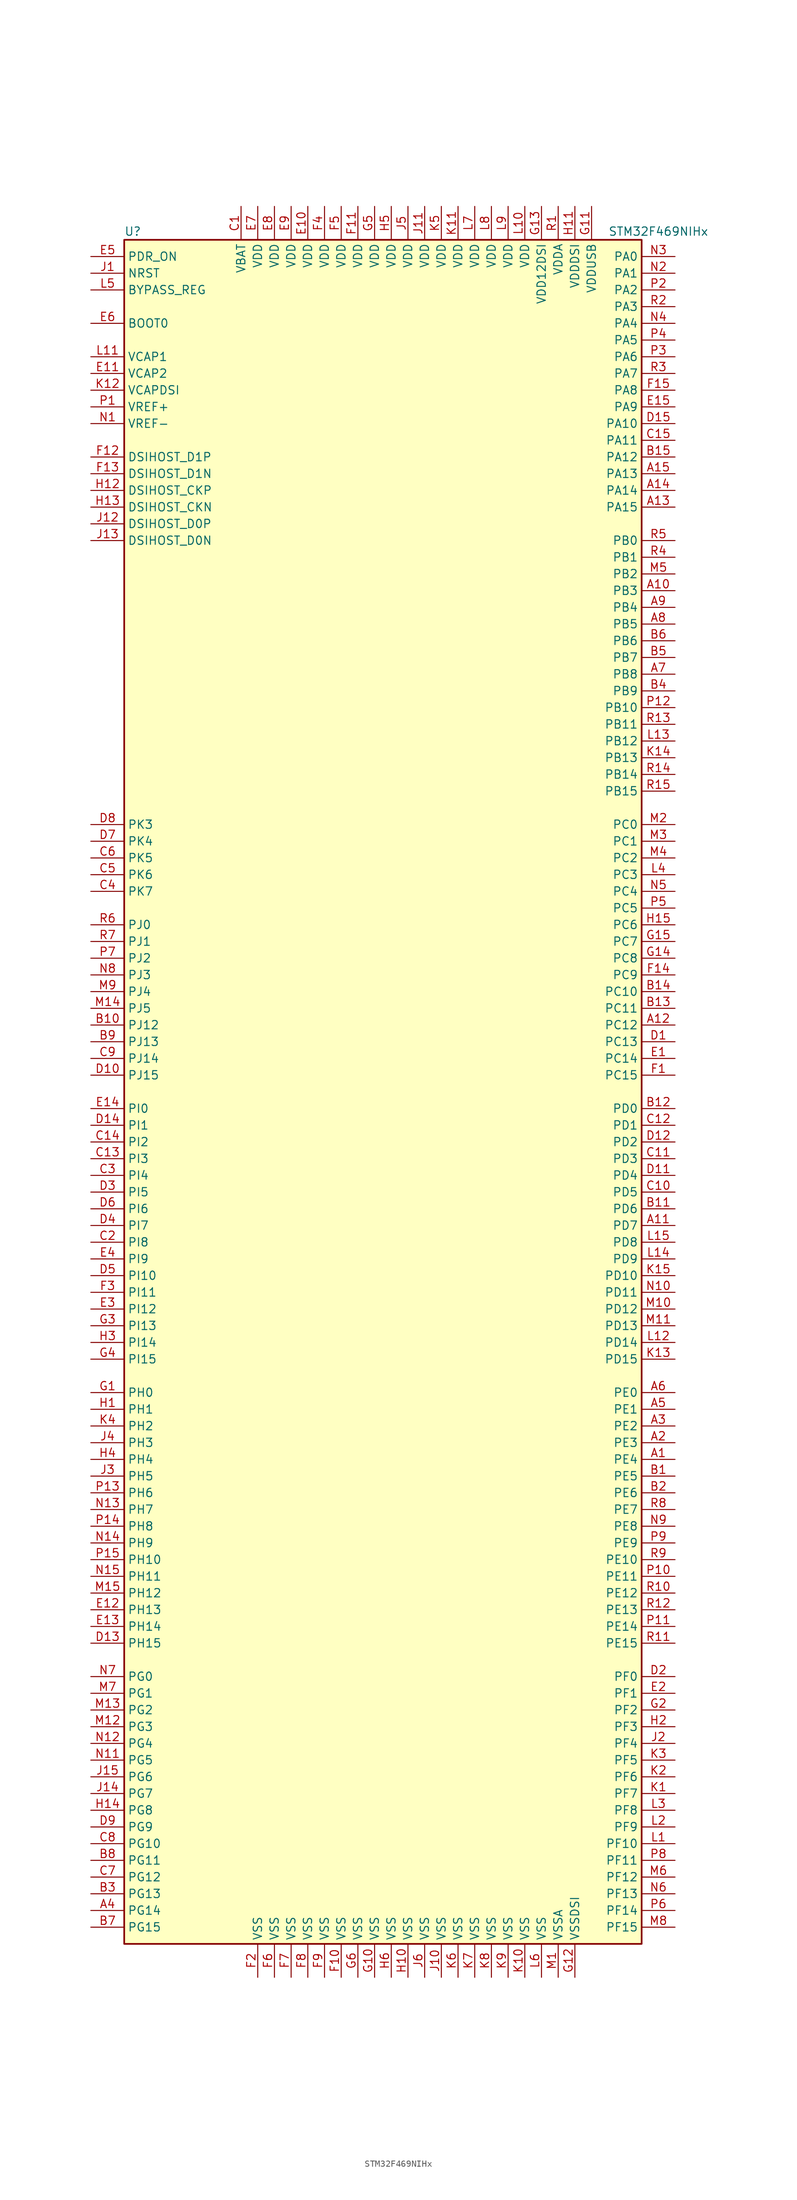
<source format=kicad_sym>
(kicad_symbol_lib
  (version 20201005)
  (generator kicad_symbol_editor)
  (symbol "MCU_ST_STM32F4:STM32F469NIHx"
    (property "Reference" "U"
      (at -40.64 130.81 0)
      (effects (font (size 1.27 1.27)) (justify left)))
    (property "Value" "STM32F469NIHx"
      (at 33.02 130.81 0)
      (effects (font (size 1.27 1.27)) (justify left)))
    (symbol "STM32F469NIHx_0_1"
      (rectangle (start -40.64 -129.54) (end 38.1 129.54) (stroke (width 0.254)) (fill (type background))))
    (symbol "STM32F469NIHx_1_1"
      (pin input line (at -45.72 116.84 0) (length 5.08) (name "BOOT0" (effects (font (size 1.27 1.27)))) (number "E6" (effects (font (size 1.27 1.27)))))
      (pin input line (at -45.72 121.92 0) (length 5.08) (name "BYPASS_REG" (effects (font (size 1.27 1.27)))) (number "L5" (effects (font (size 1.27 1.27)))))
      (pin bidirectional line (at -45.72 88.9 0) (length 5.08) (name "DSIHOST_CKN" (effects (font (size 1.27 1.27)))) (number "H13" (effects (font (size 1.27 1.27)))))
      (pin bidirectional line (at -45.72 91.44 0) (length 5.08) (name "DSIHOST_CKP" (effects (font (size 1.27 1.27)))) (number "H12" (effects (font (size 1.27 1.27)))))
      (pin bidirectional line (at -45.72 83.82 0) (length 5.08) (name "DSIHOST_D0N" (effects (font (size 1.27 1.27)))) (number "J13" (effects (font (size 1.27 1.27)))))
      (pin bidirectional line (at -45.72 86.36 0) (length 5.08) (name "DSIHOST_D0P" (effects (font (size 1.27 1.27)))) (number "J12" (effects (font (size 1.27 1.27)))))
      (pin bidirectional line (at -45.72 93.98 0) (length 5.08) (name "DSIHOST_D1N" (effects (font (size 1.27 1.27)))) (number "F13" (effects (font (size 1.27 1.27)))))
      (pin bidirectional line (at -45.72 96.52 0) (length 5.08) (name "DSIHOST_D1P" (effects (font (size 1.27 1.27)))) (number "F12" (effects (font (size 1.27 1.27)))))
      (pin input line (at -45.72 124.46 0) (length 5.08) (name "NRST" (effects (font (size 1.27 1.27)))) (number "J1" (effects (font (size 1.27 1.27)))))
      (pin bidirectional line (at 43.18 127 180) (length 5.08) (name "PA0" (effects (font (size 1.27 1.27)))) (number "N3" (effects (font (size 1.27 1.27)))))
      (pin bidirectional line (at 43.18 124.46 180) (length 5.08) (name "PA1" (effects (font (size 1.27 1.27)))) (number "N2" (effects (font (size 1.27 1.27)))))
      (pin bidirectional line (at 43.18 101.6 180) (length 5.08) (name "PA10" (effects (font (size 1.27 1.27)))) (number "D15" (effects (font (size 1.27 1.27)))))
      (pin bidirectional line (at 43.18 99.06 180) (length 5.08) (name "PA11" (effects (font (size 1.27 1.27)))) (number "C15" (effects (font (size 1.27 1.27)))))
      (pin bidirectional line (at 43.18 96.52 180) (length 5.08) (name "PA12" (effects (font (size 1.27 1.27)))) (number "B15" (effects (font (size 1.27 1.27)))))
      (pin bidirectional line (at 43.18 93.98 180) (length 5.08) (name "PA13" (effects (font (size 1.27 1.27)))) (number "A15" (effects (font (size 1.27 1.27)))))
      (pin bidirectional line (at 43.18 91.44 180) (length 5.08) (name "PA14" (effects (font (size 1.27 1.27)))) (number "A14" (effects (font (size 1.27 1.27)))))
      (pin bidirectional line (at 43.18 88.9 180) (length 5.08) (name "PA15" (effects (font (size 1.27 1.27)))) (number "A13" (effects (font (size 1.27 1.27)))))
      (pin bidirectional line (at 43.18 121.92 180) (length 5.08) (name "PA2" (effects (font (size 1.27 1.27)))) (number "P2" (effects (font (size 1.27 1.27)))))
      (pin bidirectional line (at 43.18 119.38 180) (length 5.08) (name "PA3" (effects (font (size 1.27 1.27)))) (number "R2" (effects (font (size 1.27 1.27)))))
      (pin bidirectional line (at 43.18 116.84 180) (length 5.08) (name "PA4" (effects (font (size 1.27 1.27)))) (number "N4" (effects (font (size 1.27 1.27)))))
      (pin bidirectional line (at 43.18 114.3 180) (length 5.08) (name "PA5" (effects (font (size 1.27 1.27)))) (number "P4" (effects (font (size 1.27 1.27)))))
      (pin bidirectional line (at 43.18 111.76 180) (length 5.08) (name "PA6" (effects (font (size 1.27 1.27)))) (number "P3" (effects (font (size 1.27 1.27)))))
      (pin bidirectional line (at 43.18 109.22 180) (length 5.08) (name "PA7" (effects (font (size 1.27 1.27)))) (number "R3" (effects (font (size 1.27 1.27)))))
      (pin bidirectional line (at 43.18 106.68 180) (length 5.08) (name "PA8" (effects (font (size 1.27 1.27)))) (number "F15" (effects (font (size 1.27 1.27)))))
      (pin bidirectional line (at 43.18 104.14 180) (length 5.08) (name "PA9" (effects (font (size 1.27 1.27)))) (number "E15" (effects (font (size 1.27 1.27)))))
      (pin bidirectional line (at 43.18 83.82 180) (length 5.08) (name "PB0" (effects (font (size 1.27 1.27)))) (number "R5" (effects (font (size 1.27 1.27)))))
      (pin bidirectional line (at 43.18 81.28 180) (length 5.08) (name "PB1" (effects (font (size 1.27 1.27)))) (number "R4" (effects (font (size 1.27 1.27)))))
      (pin bidirectional line (at 43.18 58.42 180) (length 5.08) (name "PB10" (effects (font (size 1.27 1.27)))) (number "P12" (effects (font (size 1.27 1.27)))))
      (pin bidirectional line (at 43.18 55.88 180) (length 5.08) (name "PB11" (effects (font (size 1.27 1.27)))) (number "R13" (effects (font (size 1.27 1.27)))))
      (pin bidirectional line (at 43.18 53.34 180) (length 5.08) (name "PB12" (effects (font (size 1.27 1.27)))) (number "L13" (effects (font (size 1.27 1.27)))))
      (pin bidirectional line (at 43.18 50.8 180) (length 5.08) (name "PB13" (effects (font (size 1.27 1.27)))) (number "K14" (effects (font (size 1.27 1.27)))))
      (pin bidirectional line (at 43.18 48.26 180) (length 5.08) (name "PB14" (effects (font (size 1.27 1.27)))) (number "R14" (effects (font (size 1.27 1.27)))))
      (pin bidirectional line (at 43.18 45.72 180) (length 5.08) (name "PB15" (effects (font (size 1.27 1.27)))) (number "R15" (effects (font (size 1.27 1.27)))))
      (pin bidirectional line (at 43.18 78.74 180) (length 5.08) (name "PB2" (effects (font (size 1.27 1.27)))) (number "M5" (effects (font (size 1.27 1.27)))))
      (pin bidirectional line (at 43.18 76.2 180) (length 5.08) (name "PB3" (effects (font (size 1.27 1.27)))) (number "A10" (effects (font (size 1.27 1.27)))))
      (pin bidirectional line (at 43.18 73.66 180) (length 5.08) (name "PB4" (effects (font (size 1.27 1.27)))) (number "A9" (effects (font (size 1.27 1.27)))))
      (pin bidirectional line (at 43.18 71.12 180) (length 5.08) (name "PB5" (effects (font (size 1.27 1.27)))) (number "A8" (effects (font (size 1.27 1.27)))))
      (pin bidirectional line (at 43.18 68.58 180) (length 5.08) (name "PB6" (effects (font (size 1.27 1.27)))) (number "B6" (effects (font (size 1.27 1.27)))))
      (pin bidirectional line (at 43.18 66.04 180) (length 5.08) (name "PB7" (effects (font (size 1.27 1.27)))) (number "B5" (effects (font (size 1.27 1.27)))))
      (pin bidirectional line (at 43.18 63.5 180) (length 5.08) (name "PB8" (effects (font (size 1.27 1.27)))) (number "A7" (effects (font (size 1.27 1.27)))))
      (pin bidirectional line (at 43.18 60.96 180) (length 5.08) (name "PB9" (effects (font (size 1.27 1.27)))) (number "B4" (effects (font (size 1.27 1.27)))))
      (pin bidirectional line (at 43.18 40.64 180) (length 5.08) (name "PC0" (effects (font (size 1.27 1.27)))) (number "M2" (effects (font (size 1.27 1.27)))))
      (pin bidirectional line (at 43.18 38.1 180) (length 5.08) (name "PC1" (effects (font (size 1.27 1.27)))) (number "M3" (effects (font (size 1.27 1.27)))))
      (pin bidirectional line (at 43.18 15.24 180) (length 5.08) (name "PC10" (effects (font (size 1.27 1.27)))) (number "B14" (effects (font (size 1.27 1.27)))))
      (pin bidirectional line (at 43.18 12.7 180) (length 5.08) (name "PC11" (effects (font (size 1.27 1.27)))) (number "B13" (effects (font (size 1.27 1.27)))))
      (pin bidirectional line (at 43.18 10.16 180) (length 5.08) (name "PC12" (effects (font (size 1.27 1.27)))) (number "A12" (effects (font (size 1.27 1.27)))))
      (pin bidirectional line (at 43.18 7.62 180) (length 5.08) (name "PC13" (effects (font (size 1.27 1.27)))) (number "D1" (effects (font (size 1.27 1.27)))))
      (pin bidirectional line (at 43.18 5.08 180) (length 5.08) (name "PC14" (effects (font (size 1.27 1.27)))) (number "E1" (effects (font (size 1.27 1.27)))))
      (pin bidirectional line (at 43.18 2.54 180) (length 5.08) (name "PC15" (effects (font (size 1.27 1.27)))) (number "F1" (effects (font (size 1.27 1.27)))))
      (pin bidirectional line (at 43.18 35.56 180) (length 5.08) (name "PC2" (effects (font (size 1.27 1.27)))) (number "M4" (effects (font (size 1.27 1.27)))))
      (pin bidirectional line (at 43.18 33.02 180) (length 5.08) (name "PC3" (effects (font (size 1.27 1.27)))) (number "L4" (effects (font (size 1.27 1.27)))))
      (pin bidirectional line (at 43.18 30.48 180) (length 5.08) (name "PC4" (effects (font (size 1.27 1.27)))) (number "N5" (effects (font (size 1.27 1.27)))))
      (pin bidirectional line (at 43.18 27.94 180) (length 5.08) (name "PC5" (effects (font (size 1.27 1.27)))) (number "P5" (effects (font (size 1.27 1.27)))))
      (pin bidirectional line (at 43.18 25.4 180) (length 5.08) (name "PC6" (effects (font (size 1.27 1.27)))) (number "H15" (effects (font (size 1.27 1.27)))))
      (pin bidirectional line (at 43.18 22.86 180) (length 5.08) (name "PC7" (effects (font (size 1.27 1.27)))) (number "G15" (effects (font (size 1.27 1.27)))))
      (pin bidirectional line (at 43.18 20.32 180) (length 5.08) (name "PC8" (effects (font (size 1.27 1.27)))) (number "G14" (effects (font (size 1.27 1.27)))))
      (pin bidirectional line (at 43.18 17.78 180) (length 5.08) (name "PC9" (effects (font (size 1.27 1.27)))) (number "F14" (effects (font (size 1.27 1.27)))))
      (pin bidirectional line (at 43.18 -2.54 180) (length 5.08) (name "PD0" (effects (font (size 1.27 1.27)))) (number "B12" (effects (font (size 1.27 1.27)))))
      (pin bidirectional line (at 43.18 -5.08 180) (length 5.08) (name "PD1" (effects (font (size 1.27 1.27)))) (number "C12" (effects (font (size 1.27 1.27)))))
      (pin bidirectional line (at 43.18 -27.94 180) (length 5.08) (name "PD10" (effects (font (size 1.27 1.27)))) (number "K15" (effects (font (size 1.27 1.27)))))
      (pin bidirectional line (at 43.18 -30.48 180) (length 5.08) (name "PD11" (effects (font (size 1.27 1.27)))) (number "N10" (effects (font (size 1.27 1.27)))))
      (pin bidirectional line (at 43.18 -33.02 180) (length 5.08) (name "PD12" (effects (font (size 1.27 1.27)))) (number "M10" (effects (font (size 1.27 1.27)))))
      (pin bidirectional line (at 43.18 -35.56 180) (length 5.08) (name "PD13" (effects (font (size 1.27 1.27)))) (number "M11" (effects (font (size 1.27 1.27)))))
      (pin bidirectional line (at 43.18 -38.1 180) (length 5.08) (name "PD14" (effects (font (size 1.27 1.27)))) (number "L12" (effects (font (size 1.27 1.27)))))
      (pin bidirectional line (at 43.18 -40.64 180) (length 5.08) (name "PD15" (effects (font (size 1.27 1.27)))) (number "K13" (effects (font (size 1.27 1.27)))))
      (pin bidirectional line (at 43.18 -7.62 180) (length 5.08) (name "PD2" (effects (font (size 1.27 1.27)))) (number "D12" (effects (font (size 1.27 1.27)))))
      (pin bidirectional line (at 43.18 -10.16 180) (length 5.08) (name "PD3" (effects (font (size 1.27 1.27)))) (number "C11" (effects (font (size 1.27 1.27)))))
      (pin bidirectional line (at 43.18 -12.7 180) (length 5.08) (name "PD4" (effects (font (size 1.27 1.27)))) (number "D11" (effects (font (size 1.27 1.27)))))
      (pin bidirectional line (at 43.18 -15.24 180) (length 5.08) (name "PD5" (effects (font (size 1.27 1.27)))) (number "C10" (effects (font (size 1.27 1.27)))))
      (pin bidirectional line (at 43.18 -17.78 180) (length 5.08) (name "PD6" (effects (font (size 1.27 1.27)))) (number "B11" (effects (font (size 1.27 1.27)))))
      (pin bidirectional line (at 43.18 -20.32 180) (length 5.08) (name "PD7" (effects (font (size 1.27 1.27)))) (number "A11" (effects (font (size 1.27 1.27)))))
      (pin bidirectional line (at 43.18 -22.86 180) (length 5.08) (name "PD8" (effects (font (size 1.27 1.27)))) (number "L15" (effects (font (size 1.27 1.27)))))
      (pin bidirectional line (at 43.18 -25.4 180) (length 5.08) (name "PD9" (effects (font (size 1.27 1.27)))) (number "L14" (effects (font (size 1.27 1.27)))))
      (pin input line (at -45.72 127 0) (length 5.08) (name "PDR_ON" (effects (font (size 1.27 1.27)))) (number "E5" (effects (font (size 1.27 1.27)))))
      (pin bidirectional line (at 43.18 -45.72 180) (length 5.08) (name "PE0" (effects (font (size 1.27 1.27)))) (number "A6" (effects (font (size 1.27 1.27)))))
      (pin bidirectional line (at 43.18 -48.26 180) (length 5.08) (name "PE1" (effects (font (size 1.27 1.27)))) (number "A5" (effects (font (size 1.27 1.27)))))
      (pin bidirectional line (at 43.18 -71.12 180) (length 5.08) (name "PE10" (effects (font (size 1.27 1.27)))) (number "R9" (effects (font (size 1.27 1.27)))))
      (pin bidirectional line (at 43.18 -73.66 180) (length 5.08) (name "PE11" (effects (font (size 1.27 1.27)))) (number "P10" (effects (font (size 1.27 1.27)))))
      (pin bidirectional line (at 43.18 -76.2 180) (length 5.08) (name "PE12" (effects (font (size 1.27 1.27)))) (number "R10" (effects (font (size 1.27 1.27)))))
      (pin bidirectional line (at 43.18 -78.74 180) (length 5.08) (name "PE13" (effects (font (size 1.27 1.27)))) (number "R12" (effects (font (size 1.27 1.27)))))
      (pin bidirectional line (at 43.18 -81.28 180) (length 5.08) (name "PE14" (effects (font (size 1.27 1.27)))) (number "P11" (effects (font (size 1.27 1.27)))))
      (pin bidirectional line (at 43.18 -83.82 180) (length 5.08) (name "PE15" (effects (font (size 1.27 1.27)))) (number "R11" (effects (font (size 1.27 1.27)))))
      (pin bidirectional line (at 43.18 -50.8 180) (length 5.08) (name "PE2" (effects (font (size 1.27 1.27)))) (number "A3" (effects (font (size 1.27 1.27)))))
      (pin bidirectional line (at 43.18 -53.34 180) (length 5.08) (name "PE3" (effects (font (size 1.27 1.27)))) (number "A2" (effects (font (size 1.27 1.27)))))
      (pin bidirectional line (at 43.18 -55.88 180) (length 5.08) (name "PE4" (effects (font (size 1.27 1.27)))) (number "A1" (effects (font (size 1.27 1.27)))))
      (pin bidirectional line (at 43.18 -58.42 180) (length 5.08) (name "PE5" (effects (font (size 1.27 1.27)))) (number "B1" (effects (font (size 1.27 1.27)))))
      (pin bidirectional line (at 43.18 -60.96 180) (length 5.08) (name "PE6" (effects (font (size 1.27 1.27)))) (number "B2" (effects (font (size 1.27 1.27)))))
      (pin bidirectional line (at 43.18 -63.5 180) (length 5.08) (name "PE7" (effects (font (size 1.27 1.27)))) (number "R8" (effects (font (size 1.27 1.27)))))
      (pin bidirectional line (at 43.18 -66.04 180) (length 5.08) (name "PE8" (effects (font (size 1.27 1.27)))) (number "N9" (effects (font (size 1.27 1.27)))))
      (pin bidirectional line (at 43.18 -68.58 180) (length 5.08) (name "PE9" (effects (font (size 1.27 1.27)))) (number "P9" (effects (font (size 1.27 1.27)))))
      (pin bidirectional line (at 43.18 -88.9 180) (length 5.08) (name "PF0" (effects (font (size 1.27 1.27)))) (number "D2" (effects (font (size 1.27 1.27)))))
      (pin bidirectional line (at 43.18 -91.44 180) (length 5.08) (name "PF1" (effects (font (size 1.27 1.27)))) (number "E2" (effects (font (size 1.27 1.27)))))
      (pin bidirectional line (at 43.18 -114.3 180) (length 5.08) (name "PF10" (effects (font (size 1.27 1.27)))) (number "L1" (effects (font (size 1.27 1.27)))))
      (pin bidirectional line (at 43.18 -116.84 180) (length 5.08) (name "PF11" (effects (font (size 1.27 1.27)))) (number "P8" (effects (font (size 1.27 1.27)))))
      (pin bidirectional line (at 43.18 -119.38 180) (length 5.08) (name "PF12" (effects (font (size 1.27 1.27)))) (number "M6" (effects (font (size 1.27 1.27)))))
      (pin bidirectional line (at 43.18 -121.92 180) (length 5.08) (name "PF13" (effects (font (size 1.27 1.27)))) (number "N6" (effects (font (size 1.27 1.27)))))
      (pin bidirectional line (at 43.18 -124.46 180) (length 5.08) (name "PF14" (effects (font (size 1.27 1.27)))) (number "P6" (effects (font (size 1.27 1.27)))))
      (pin bidirectional line (at 43.18 -127 180) (length 5.08) (name "PF15" (effects (font (size 1.27 1.27)))) (number "M8" (effects (font (size 1.27 1.27)))))
      (pin bidirectional line (at 43.18 -93.98 180) (length 5.08) (name "PF2" (effects (font (size 1.27 1.27)))) (number "G2" (effects (font (size 1.27 1.27)))))
      (pin bidirectional line (at 43.18 -96.52 180) (length 5.08) (name "PF3" (effects (font (size 1.27 1.27)))) (number "H2" (effects (font (size 1.27 1.27)))))
      (pin bidirectional line (at 43.18 -99.06 180) (length 5.08) (name "PF4" (effects (font (size 1.27 1.27)))) (number "J2" (effects (font (size 1.27 1.27)))))
      (pin bidirectional line (at 43.18 -101.6 180) (length 5.08) (name "PF5" (effects (font (size 1.27 1.27)))) (number "K3" (effects (font (size 1.27 1.27)))))
      (pin bidirectional line (at 43.18 -104.14 180) (length 5.08) (name "PF6" (effects (font (size 1.27 1.27)))) (number "K2" (effects (font (size 1.27 1.27)))))
      (pin bidirectional line (at 43.18 -106.68 180) (length 5.08) (name "PF7" (effects (font (size 1.27 1.27)))) (number "K1" (effects (font (size 1.27 1.27)))))
      (pin bidirectional line (at 43.18 -109.22 180) (length 5.08) (name "PF8" (effects (font (size 1.27 1.27)))) (number "L3" (effects (font (size 1.27 1.27)))))
      (pin bidirectional line (at 43.18 -111.76 180) (length 5.08) (name "PF9" (effects (font (size 1.27 1.27)))) (number "L2" (effects (font (size 1.27 1.27)))))
      (pin bidirectional line (at -45.72 -88.9 0) (length 5.08) (name "PG0" (effects (font (size 1.27 1.27)))) (number "N7" (effects (font (size 1.27 1.27)))))
      (pin bidirectional line (at -45.72 -91.44 0) (length 5.08) (name "PG1" (effects (font (size 1.27 1.27)))) (number "M7" (effects (font (size 1.27 1.27)))))
      (pin bidirectional line (at -45.72 -114.3 0) (length 5.08) (name "PG10" (effects (font (size 1.27 1.27)))) (number "C8" (effects (font (size 1.27 1.27)))))
      (pin bidirectional line (at -45.72 -116.84 0) (length 5.08) (name "PG11" (effects (font (size 1.27 1.27)))) (number "B8" (effects (font (size 1.27 1.27)))))
      (pin bidirectional line (at -45.72 -119.38 0) (length 5.08) (name "PG12" (effects (font (size 1.27 1.27)))) (number "C7" (effects (font (size 1.27 1.27)))))
      (pin bidirectional line (at -45.72 -121.92 0) (length 5.08) (name "PG13" (effects (font (size 1.27 1.27)))) (number "B3" (effects (font (size 1.27 1.27)))))
      (pin bidirectional line (at -45.72 -124.46 0) (length 5.08) (name "PG14" (effects (font (size 1.27 1.27)))) (number "A4" (effects (font (size 1.27 1.27)))))
      (pin bidirectional line (at -45.72 -127 0) (length 5.08) (name "PG15" (effects (font (size 1.27 1.27)))) (number "B7" (effects (font (size 1.27 1.27)))))
      (pin bidirectional line (at -45.72 -93.98 0) (length 5.08) (name "PG2" (effects (font (size 1.27 1.27)))) (number "M13" (effects (font (size 1.27 1.27)))))
      (pin bidirectional line (at -45.72 -96.52 0) (length 5.08) (name "PG3" (effects (font (size 1.27 1.27)))) (number "M12" (effects (font (size 1.27 1.27)))))
      (pin bidirectional line (at -45.72 -99.06 0) (length 5.08) (name "PG4" (effects (font (size 1.27 1.27)))) (number "N12" (effects (font (size 1.27 1.27)))))
      (pin bidirectional line (at -45.72 -101.6 0) (length 5.08) (name "PG5" (effects (font (size 1.27 1.27)))) (number "N11" (effects (font (size 1.27 1.27)))))
      (pin bidirectional line (at -45.72 -104.14 0) (length 5.08) (name "PG6" (effects (font (size 1.27 1.27)))) (number "J15" (effects (font (size 1.27 1.27)))))
      (pin bidirectional line (at -45.72 -106.68 0) (length 5.08) (name "PG7" (effects (font (size 1.27 1.27)))) (number "J14" (effects (font (size 1.27 1.27)))))
      (pin bidirectional line (at -45.72 -109.22 0) (length 5.08) (name "PG8" (effects (font (size 1.27 1.27)))) (number "H14" (effects (font (size 1.27 1.27)))))
      (pin bidirectional line (at -45.72 -111.76 0) (length 5.08) (name "PG9" (effects (font (size 1.27 1.27)))) (number "D9" (effects (font (size 1.27 1.27)))))
      (pin input line (at -45.72 -45.72 0) (length 5.08) (name "PH0" (effects (font (size 1.27 1.27)))) (number "G1" (effects (font (size 1.27 1.27)))))
      (pin input line (at -45.72 -48.26 0) (length 5.08) (name "PH1" (effects (font (size 1.27 1.27)))) (number "H1" (effects (font (size 1.27 1.27)))))
      (pin bidirectional line (at -45.72 -71.12 0) (length 5.08) (name "PH10" (effects (font (size 1.27 1.27)))) (number "P15" (effects (font (size 1.27 1.27)))))
      (pin bidirectional line (at -45.72 -73.66 0) (length 5.08) (name "PH11" (effects (font (size 1.27 1.27)))) (number "N15" (effects (font (size 1.27 1.27)))))
      (pin bidirectional line (at -45.72 -76.2 0) (length 5.08) (name "PH12" (effects (font (size 1.27 1.27)))) (number "M15" (effects (font (size 1.27 1.27)))))
      (pin bidirectional line (at -45.72 -78.74 0) (length 5.08) (name "PH13" (effects (font (size 1.27 1.27)))) (number "E12" (effects (font (size 1.27 1.27)))))
      (pin bidirectional line (at -45.72 -81.28 0) (length 5.08) (name "PH14" (effects (font (size 1.27 1.27)))) (number "E13" (effects (font (size 1.27 1.27)))))
      (pin bidirectional line (at -45.72 -83.82 0) (length 5.08) (name "PH15" (effects (font (size 1.27 1.27)))) (number "D13" (effects (font (size 1.27 1.27)))))
      (pin bidirectional line (at -45.72 -50.8 0) (length 5.08) (name "PH2" (effects (font (size 1.27 1.27)))) (number "K4" (effects (font (size 1.27 1.27)))))
      (pin bidirectional line (at -45.72 -53.34 0) (length 5.08) (name "PH3" (effects (font (size 1.27 1.27)))) (number "J4" (effects (font (size 1.27 1.27)))))
      (pin bidirectional line (at -45.72 -55.88 0) (length 5.08) (name "PH4" (effects (font (size 1.27 1.27)))) (number "H4" (effects (font (size 1.27 1.27)))))
      (pin bidirectional line (at -45.72 -58.42 0) (length 5.08) (name "PH5" (effects (font (size 1.27 1.27)))) (number "J3" (effects (font (size 1.27 1.27)))))
      (pin bidirectional line (at -45.72 -60.96 0) (length 5.08) (name "PH6" (effects (font (size 1.27 1.27)))) (number "P13" (effects (font (size 1.27 1.27)))))
      (pin bidirectional line (at -45.72 -63.5 0) (length 5.08) (name "PH7" (effects (font (size 1.27 1.27)))) (number "N13" (effects (font (size 1.27 1.27)))))
      (pin bidirectional line (at -45.72 -66.04 0) (length 5.08) (name "PH8" (effects (font (size 1.27 1.27)))) (number "P14" (effects (font (size 1.27 1.27)))))
      (pin bidirectional line (at -45.72 -68.58 0) (length 5.08) (name "PH9" (effects (font (size 1.27 1.27)))) (number "N14" (effects (font (size 1.27 1.27)))))
      (pin bidirectional line (at -45.72 -2.54 0) (length 5.08) (name "PI0" (effects (font (size 1.27 1.27)))) (number "E14" (effects (font (size 1.27 1.27)))))
      (pin bidirectional line (at -45.72 -5.08 0) (length 5.08) (name "PI1" (effects (font (size 1.27 1.27)))) (number "D14" (effects (font (size 1.27 1.27)))))
      (pin bidirectional line (at -45.72 -27.94 0) (length 5.08) (name "PI10" (effects (font (size 1.27 1.27)))) (number "D5" (effects (font (size 1.27 1.27)))))
      (pin bidirectional line (at -45.72 -30.48 0) (length 5.08) (name "PI11" (effects (font (size 1.27 1.27)))) (number "F3" (effects (font (size 1.27 1.27)))))
      (pin bidirectional line (at -45.72 -33.02 0) (length 5.08) (name "PI12" (effects (font (size 1.27 1.27)))) (number "E3" (effects (font (size 1.27 1.27)))))
      (pin bidirectional line (at -45.72 -35.56 0) (length 5.08) (name "PI13" (effects (font (size 1.27 1.27)))) (number "G3" (effects (font (size 1.27 1.27)))))
      (pin bidirectional line (at -45.72 -38.1 0) (length 5.08) (name "PI14" (effects (font (size 1.27 1.27)))) (number "H3" (effects (font (size 1.27 1.27)))))
      (pin bidirectional line (at -45.72 -40.64 0) (length 5.08) (name "PI15" (effects (font (size 1.27 1.27)))) (number "G4" (effects (font (size 1.27 1.27)))))
      (pin bidirectional line (at -45.72 -7.62 0) (length 5.08) (name "PI2" (effects (font (size 1.27 1.27)))) (number "C14" (effects (font (size 1.27 1.27)))))
      (pin bidirectional line (at -45.72 -10.16 0) (length 5.08) (name "PI3" (effects (font (size 1.27 1.27)))) (number "C13" (effects (font (size 1.27 1.27)))))
      (pin bidirectional line (at -45.72 -12.7 0) (length 5.08) (name "PI4" (effects (font (size 1.27 1.27)))) (number "C3" (effects (font (size 1.27 1.27)))))
      (pin bidirectional line (at -45.72 -15.24 0) (length 5.08) (name "PI5" (effects (font (size 1.27 1.27)))) (number "D3" (effects (font (size 1.27 1.27)))))
      (pin bidirectional line (at -45.72 -17.78 0) (length 5.08) (name "PI6" (effects (font (size 1.27 1.27)))) (number "D6" (effects (font (size 1.27 1.27)))))
      (pin bidirectional line (at -45.72 -20.32 0) (length 5.08) (name "PI7" (effects (font (size 1.27 1.27)))) (number "D4" (effects (font (size 1.27 1.27)))))
      (pin bidirectional line (at -45.72 -22.86 0) (length 5.08) (name "PI8" (effects (font (size 1.27 1.27)))) (number "C2" (effects (font (size 1.27 1.27)))))
      (pin bidirectional line (at -45.72 -25.4 0) (length 5.08) (name "PI9" (effects (font (size 1.27 1.27)))) (number "E4" (effects (font (size 1.27 1.27)))))
      (pin bidirectional line (at -45.72 25.4 0) (length 5.08) (name "PJ0" (effects (font (size 1.27 1.27)))) (number "R6" (effects (font (size 1.27 1.27)))))
      (pin bidirectional line (at -45.72 22.86 0) (length 5.08) (name "PJ1" (effects (font (size 1.27 1.27)))) (number "R7" (effects (font (size 1.27 1.27)))))
      (pin bidirectional line (at -45.72 10.16 0) (length 5.08) (name "PJ12" (effects (font (size 1.27 1.27)))) (number "B10" (effects (font (size 1.27 1.27)))))
      (pin bidirectional line (at -45.72 7.62 0) (length 5.08) (name "PJ13" (effects (font (size 1.27 1.27)))) (number "B9" (effects (font (size 1.27 1.27)))))
      (pin bidirectional line (at -45.72 5.08 0) (length 5.08) (name "PJ14" (effects (font (size 1.27 1.27)))) (number "C9" (effects (font (size 1.27 1.27)))))
      (pin bidirectional line (at -45.72 2.54 0) (length 5.08) (name "PJ15" (effects (font (size 1.27 1.27)))) (number "D10" (effects (font (size 1.27 1.27)))))
      (pin bidirectional line (at -45.72 20.32 0) (length 5.08) (name "PJ2" (effects (font (size 1.27 1.27)))) (number "P7" (effects (font (size 1.27 1.27)))))
      (pin bidirectional line (at -45.72 17.78 0) (length 5.08) (name "PJ3" (effects (font (size 1.27 1.27)))) (number "N8" (effects (font (size 1.27 1.27)))))
      (pin bidirectional line (at -45.72 15.24 0) (length 5.08) (name "PJ4" (effects (font (size 1.27 1.27)))) (number "M9" (effects (font (size 1.27 1.27)))))
      (pin bidirectional line (at -45.72 12.7 0) (length 5.08) (name "PJ5" (effects (font (size 1.27 1.27)))) (number "M14" (effects (font (size 1.27 1.27)))))
      (pin bidirectional line (at -45.72 40.64 0) (length 5.08) (name "PK3" (effects (font (size 1.27 1.27)))) (number "D8" (effects (font (size 1.27 1.27)))))
      (pin bidirectional line (at -45.72 38.1 0) (length 5.08) (name "PK4" (effects (font (size 1.27 1.27)))) (number "D7" (effects (font (size 1.27 1.27)))))
      (pin bidirectional line (at -45.72 35.56 0) (length 5.08) (name "PK5" (effects (font (size 1.27 1.27)))) (number "C6" (effects (font (size 1.27 1.27)))))
      (pin bidirectional line (at -45.72 33.02 0) (length 5.08) (name "PK6" (effects (font (size 1.27 1.27)))) (number "C5" (effects (font (size 1.27 1.27)))))
      (pin bidirectional line (at -45.72 30.48 0) (length 5.08) (name "PK7" (effects (font (size 1.27 1.27)))) (number "C4" (effects (font (size 1.27 1.27)))))
      (pin power_in line (at -22.86 134.62 270) (length 5.08) (name "VBAT" (effects (font (size 1.27 1.27)))) (number "C1" (effects (font (size 1.27 1.27)))))
      (pin power_in line (at -45.72 111.76 0) (length 5.08) (name "VCAP1" (effects (font (size 1.27 1.27)))) (number "L11" (effects (font (size 1.27 1.27)))))
      (pin power_in line (at -45.72 109.22 0) (length 5.08) (name "VCAP2" (effects (font (size 1.27 1.27)))) (number "E11" (effects (font (size 1.27 1.27)))))
      (pin power_in line (at -45.72 106.68 0) (length 5.08) (name "VCAPDSI" (effects (font (size 1.27 1.27)))) (number "K12" (effects (font (size 1.27 1.27)))))
      (pin power_in line (at -12.7 134.62 270) (length 5.08) (name "VDD" (effects (font (size 1.27 1.27)))) (number "E10" (effects (font (size 1.27 1.27)))))
      (pin power_in line (at -20.32 134.62 270) (length 5.08) (name "VDD" (effects (font (size 1.27 1.27)))) (number "E7" (effects (font (size 1.27 1.27)))))
      (pin power_in line (at -17.78 134.62 270) (length 5.08) (name "VDD" (effects (font (size 1.27 1.27)))) (number "E8" (effects (font (size 1.27 1.27)))))
      (pin power_in line (at -15.24 134.62 270) (length 5.08) (name "VDD" (effects (font (size 1.27 1.27)))) (number "E9" (effects (font (size 1.27 1.27)))))
      (pin power_in line (at -5.08 134.62 270) (length 5.08) (name "VDD" (effects (font (size 1.27 1.27)))) (number "F11" (effects (font (size 1.27 1.27)))))
      (pin power_in line (at -10.16 134.62 270) (length 5.08) (name "VDD" (effects (font (size 1.27 1.27)))) (number "F4" (effects (font (size 1.27 1.27)))))
      (pin power_in line (at -7.62 134.62 270) (length 5.08) (name "VDD" (effects (font (size 1.27 1.27)))) (number "F5" (effects (font (size 1.27 1.27)))))
      (pin power_in line (at -2.54 134.62 270) (length 5.08) (name "VDD" (effects (font (size 1.27 1.27)))) (number "G5" (effects (font (size 1.27 1.27)))))
      (pin power_in line (at 0 134.62 270) (length 5.08) (name "VDD" (effects (font (size 1.27 1.27)))) (number "H5" (effects (font (size 1.27 1.27)))))
      (pin power_in line (at 5.08 134.62 270) (length 5.08) (name "VDD" (effects (font (size 1.27 1.27)))) (number "J11" (effects (font (size 1.27 1.27)))))
      (pin power_in line (at 2.54 134.62 270) (length 5.08) (name "VDD" (effects (font (size 1.27 1.27)))) (number "J5" (effects (font (size 1.27 1.27)))))
      (pin power_in line (at 10.16 134.62 270) (length 5.08) (name "VDD" (effects (font (size 1.27 1.27)))) (number "K11" (effects (font (size 1.27 1.27)))))
      (pin power_in line (at 7.62 134.62 270) (length 5.08) (name "VDD" (effects (font (size 1.27 1.27)))) (number "K5" (effects (font (size 1.27 1.27)))))
      (pin power_in line (at 20.32 134.62 270) (length 5.08) (name "VDD" (effects (font (size 1.27 1.27)))) (number "L10" (effects (font (size 1.27 1.27)))))
      (pin power_in line (at 12.7 134.62 270) (length 5.08) (name "VDD" (effects (font (size 1.27 1.27)))) (number "L7" (effects (font (size 1.27 1.27)))))
      (pin power_in line (at 15.24 134.62 270) (length 5.08) (name "VDD" (effects (font (size 1.27 1.27)))) (number "L8" (effects (font (size 1.27 1.27)))))
      (pin power_in line (at 17.78 134.62 270) (length 5.08) (name "VDD" (effects (font (size 1.27 1.27)))) (number "L9" (effects (font (size 1.27 1.27)))))
      (pin power_in line (at 22.86 134.62 270) (length 5.08) (name "VDD12DSI" (effects (font (size 1.27 1.27)))) (number "G13" (effects (font (size 1.27 1.27)))))
      (pin power_in line (at 25.4 134.62 270) (length 5.08) (name "VDDA" (effects (font (size 1.27 1.27)))) (number "R1" (effects (font (size 1.27 1.27)))))
      (pin power_in line (at 27.94 134.62 270) (length 5.08) (name "VDDDSI" (effects (font (size 1.27 1.27)))) (number "H11" (effects (font (size 1.27 1.27)))))
      (pin power_in line (at 30.48 134.62 270) (length 5.08) (name "VDDUSB" (effects (font (size 1.27 1.27)))) (number "G11" (effects (font (size 1.27 1.27)))))
      (pin power_in line (at -45.72 104.14 0) (length 5.08) (name "VREF+" (effects (font (size 1.27 1.27)))) (number "P1" (effects (font (size 1.27 1.27)))))
      (pin power_in line (at -45.72 101.6 0) (length 5.08) (name "VREF-" (effects (font (size 1.27 1.27)))) (number "N1" (effects (font (size 1.27 1.27)))))
      (pin power_in line (at -7.62 -134.62 90) (length 5.08) (name "VSS" (effects (font (size 1.27 1.27)))) (number "F10" (effects (font (size 1.27 1.27)))))
      (pin power_in line (at -20.32 -134.62 90) (length 5.08) (name "VSS" (effects (font (size 1.27 1.27)))) (number "F2" (effects (font (size 1.27 1.27)))))
      (pin power_in line (at -17.78 -134.62 90) (length 5.08) (name "VSS" (effects (font (size 1.27 1.27)))) (number "F6" (effects (font (size 1.27 1.27)))))
      (pin power_in line (at -15.24 -134.62 90) (length 5.08) (name "VSS" (effects (font (size 1.27 1.27)))) (number "F7" (effects (font (size 1.27 1.27)))))
      (pin power_in line (at -12.7 -134.62 90) (length 5.08) (name "VSS" (effects (font (size 1.27 1.27)))) (number "F8" (effects (font (size 1.27 1.27)))))
      (pin power_in line (at -10.16 -134.62 90) (length 5.08) (name "VSS" (effects (font (size 1.27 1.27)))) (number "F9" (effects (font (size 1.27 1.27)))))
      (pin power_in line (at -2.54 -134.62 90) (length 5.08) (name "VSS" (effects (font (size 1.27 1.27)))) (number "G10" (effects (font (size 1.27 1.27)))))
      (pin power_in line (at -5.08 -134.62 90) (length 5.08) (name "VSS" (effects (font (size 1.27 1.27)))) (number "G6" (effects (font (size 1.27 1.27)))))
      (pin power_in line (at 2.54 -134.62 90) (length 5.08) (name "VSS" (effects (font (size 1.27 1.27)))) (number "H10" (effects (font (size 1.27 1.27)))))
      (pin power_in line (at 0 -134.62 90) (length 5.08) (name "VSS" (effects (font (size 1.27 1.27)))) (number "H6" (effects (font (size 1.27 1.27)))))
      (pin power_in line (at 7.62 -134.62 90) (length 5.08) (name "VSS" (effects (font (size 1.27 1.27)))) (number "J10" (effects (font (size 1.27 1.27)))))
      (pin power_in line (at 5.08 -134.62 90) (length 5.08) (name "VSS" (effects (font (size 1.27 1.27)))) (number "J6" (effects (font (size 1.27 1.27)))))
      (pin power_in line (at 20.32 -134.62 90) (length 5.08) (name "VSS" (effects (font (size 1.27 1.27)))) (number "K10" (effects (font (size 1.27 1.27)))))
      (pin power_in line (at 10.16 -134.62 90) (length 5.08) (name "VSS" (effects (font (size 1.27 1.27)))) (number "K6" (effects (font (size 1.27 1.27)))))
      (pin power_in line (at 12.7 -134.62 90) (length 5.08) (name "VSS" (effects (font (size 1.27 1.27)))) (number "K7" (effects (font (size 1.27 1.27)))))
      (pin power_in line (at 15.24 -134.62 90) (length 5.08) (name "VSS" (effects (font (size 1.27 1.27)))) (number "K8" (effects (font (size 1.27 1.27)))))
      (pin power_in line (at 17.78 -134.62 90) (length 5.08) (name "VSS" (effects (font (size 1.27 1.27)))) (number "K9" (effects (font (size 1.27 1.27)))))
      (pin power_in line (at 22.86 -134.62 90) (length 5.08) (name "VSS" (effects (font (size 1.27 1.27)))) (number "L6" (effects (font (size 1.27 1.27)))))
      (pin power_in line (at 25.4 -134.62 90) (length 5.08) (name "VSSA" (effects (font (size 1.27 1.27)))) (number "M1" (effects (font (size 1.27 1.27)))))
      (pin power_in line (at 27.94 -134.62 90) (length 5.08) (name "VSSDSI" (effects (font (size 1.27 1.27)))) (number "G12" (effects (font (size 1.27 1.27))))))))
</source>
